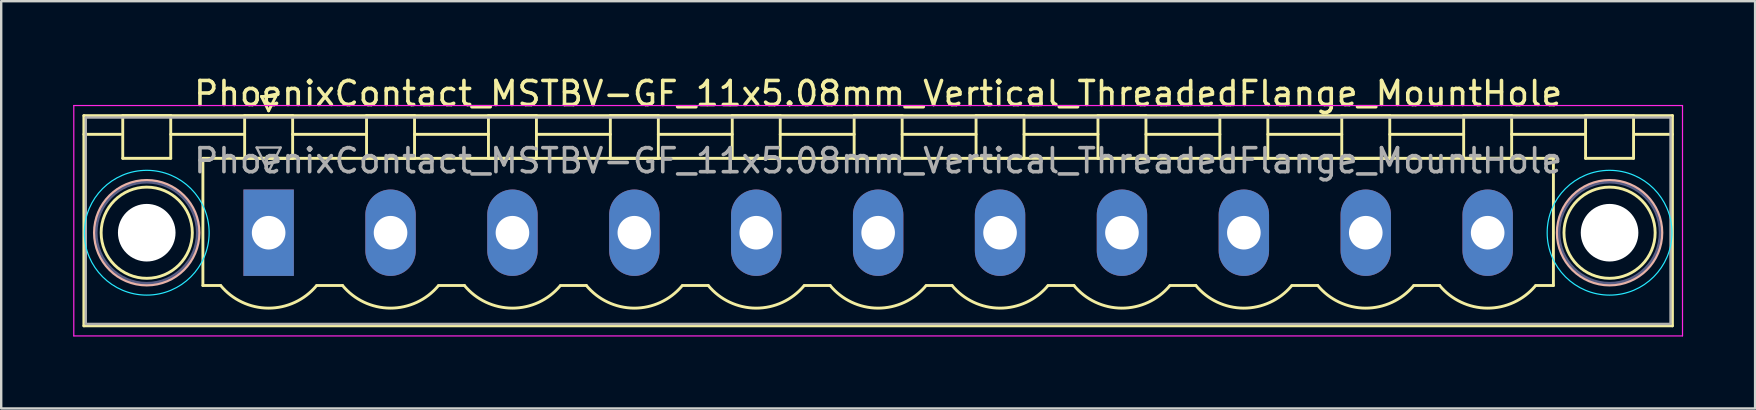
<source format=kicad_pcb>
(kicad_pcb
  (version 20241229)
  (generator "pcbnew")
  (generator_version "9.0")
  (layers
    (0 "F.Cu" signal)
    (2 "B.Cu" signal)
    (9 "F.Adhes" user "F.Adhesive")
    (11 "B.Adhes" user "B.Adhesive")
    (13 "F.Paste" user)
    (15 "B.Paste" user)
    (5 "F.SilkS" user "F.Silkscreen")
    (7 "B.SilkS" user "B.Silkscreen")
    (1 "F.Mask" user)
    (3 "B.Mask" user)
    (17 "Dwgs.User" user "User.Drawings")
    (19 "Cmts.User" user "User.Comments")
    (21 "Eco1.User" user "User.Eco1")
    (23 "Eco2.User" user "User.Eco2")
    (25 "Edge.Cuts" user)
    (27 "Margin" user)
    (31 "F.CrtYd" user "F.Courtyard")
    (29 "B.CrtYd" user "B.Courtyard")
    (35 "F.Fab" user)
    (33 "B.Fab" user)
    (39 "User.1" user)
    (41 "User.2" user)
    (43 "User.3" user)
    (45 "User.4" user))
  (footprint "PhoenixContact_MSTBV-GF_11x5.08mm_Vertical_ThreadedFlange_MountHole"
    (layer "F.Cu")
    (at 8.145 6.648)
    (property "Reference" "PhoenixContact_MSTBV-GF_11x5.08mm_Vertical_ThreadedFlange_MountHole" (at 25.4 -5.8 0) (layer "F.SilkS") (effects (font (size 1 1) (thickness 0.15))))
    (attr through_hole)
    (fp_line (start -7.7 -4.88) (end -7.7 3.88) (stroke (width 0.12) (type solid)) (layer "F.SilkS"))
    (fp_line (start -7.7 -4.1) (end -6.16 -4.1) (stroke (width 0.12) (type solid)) (layer "F.SilkS"))
    (fp_line (start -7.7 3.88) (end 58.5 3.88) (stroke (width 0.12) (type solid)) (layer "F.SilkS"))
    (fp_line (start -6.08 -4.88) (end -4.08 -4.88) (stroke (width 0.12) (type solid)) (layer "F.SilkS"))
    (fp_line (start -6.08 -3.1) (end -6.08 -4.88) (stroke (width 0.12) (type solid)) (layer "F.SilkS"))
    (fp_line (start -4.08 -4.88) (end -4.08 -3.1) (stroke (width 0.12) (type solid)) (layer "F.SilkS"))
    (fp_line (start -4.08 -4.1) (end -1 -4.1) (stroke (width 0.12) (type solid)) (layer "F.SilkS"))
    (fp_line (start -4.08 -3.1) (end -6.08 -3.1) (stroke (width 0.12) (type solid)) (layer "F.SilkS"))
    (fp_line (start -2.74 -3.1) (end 53.54 -3.1) (stroke (width 0.12) (type solid)) (layer "F.SilkS"))
    (fp_line (start -2.74 2.2) (end -2.74 -3.1) (stroke (width 0.12) (type solid)) (layer "F.SilkS"))
    (fp_line (start -2 2.2) (end -2.74 2.2) (stroke (width 0.12) (type solid)) (layer "F.SilkS"))
    (fp_line (start -1 -4.88) (end 1 -4.88) (stroke (width 0.12) (type solid)) (layer "F.SilkS"))
    (fp_line (start -1 -3.1) (end -1 -4.88) (stroke (width 0.12) (type solid)) (layer "F.SilkS"))
    (fp_line (start -0.3 -5.68) (end 0.3 -5.68) (stroke (width 0.12) (type solid)) (layer "F.SilkS"))
    (fp_line (start 0 -5.08) (end -0.3 -5.68) (stroke (width 0.12) (type solid)) (layer "F.SilkS"))
    (fp_line (start 0.3 -5.68) (end 0 -5.08) (stroke (width 0.12) (type solid)) (layer "F.SilkS"))
    (fp_line (start 1 -4.88) (end 1 -3.1) (stroke (width 0.12) (type solid)) (layer "F.SilkS"))
    (fp_line (start 1 -4.1) (end 4.08 -4.1) (stroke (width 0.12) (type solid)) (layer "F.SilkS"))
    (fp_line (start 1 -3.1) (end -1 -3.1) (stroke (width 0.12) (type solid)) (layer "F.SilkS"))
    (fp_line (start 2 2.2) (end 3.08 2.2) (stroke (width 0.12) (type solid)) (layer "F.SilkS"))
    (fp_line (start 4.08 -4.88) (end 6.08 -4.88) (stroke (width 0.12) (type solid)) (layer "F.SilkS"))
    (fp_line (start 4.08 -3.1) (end 4.08 -4.88) (stroke (width 0.12) (type solid)) (layer "F.SilkS"))
    (fp_line (start 6.08 -4.88) (end 6.08 -3.1) (stroke (width 0.12) (type solid)) (layer "F.SilkS"))
    (fp_line (start 6.08 -4.1) (end 9.16 -4.1) (stroke (width 0.12) (type solid)) (layer "F.SilkS"))
    (fp_line (start 6.08 -3.1) (end 4.08 -3.1) (stroke (width 0.12) (type solid)) (layer "F.SilkS"))
    (fp_line (start 7.08 2.2) (end 8.16 2.2) (stroke (width 0.12) (type solid)) (layer "F.SilkS"))
    (fp_line (start 9.16 -4.88) (end 11.16 -4.88) (stroke (width 0.12) (type solid)) (layer "F.SilkS"))
    (fp_line (start 9.16 -3.1) (end 9.16 -4.88) (stroke (width 0.12) (type solid)) (layer "F.SilkS"))
    (fp_line (start 11.16 -4.88) (end 11.16 -3.1) (stroke (width 0.12) (type solid)) (layer "F.SilkS"))
    (fp_line (start 11.16 -4.1) (end 14.24 -4.1) (stroke (width 0.12) (type solid)) (layer "F.SilkS"))
    (fp_line (start 11.16 -3.1) (end 9.16 -3.1) (stroke (width 0.12) (type solid)) (layer "F.SilkS"))
    (fp_line (start 12.16 2.2) (end 13.24 2.2) (stroke (width 0.12) (type solid)) (layer "F.SilkS"))
    (fp_line (start 14.24 -4.88) (end 16.24 -4.88) (stroke (width 0.12) (type solid)) (layer "F.SilkS"))
    (fp_line (start 14.24 -3.1) (end 14.24 -4.88) (stroke (width 0.12) (type solid)) (layer "F.SilkS"))
    (fp_line (start 16.24 -4.88) (end 16.24 -3.1) (stroke (width 0.12) (type solid)) (layer "F.SilkS"))
    (fp_line (start 16.24 -4.1) (end 19.32 -4.1) (stroke (width 0.12) (type solid)) (layer "F.SilkS"))
    (fp_line (start 16.24 -3.1) (end 14.24 -3.1) (stroke (width 0.12) (type solid)) (layer "F.SilkS"))
    (fp_line (start 17.24 2.2) (end 18.32 2.2) (stroke (width 0.12) (type solid)) (layer "F.SilkS"))
    (fp_line (start 19.32 -4.88) (end 21.32 -4.88) (stroke (width 0.12) (type solid)) (layer "F.SilkS"))
    (fp_line (start 19.32 -3.1) (end 19.32 -4.88) (stroke (width 0.12) (type solid)) (layer "F.SilkS"))
    (fp_line (start 21.32 -4.88) (end 21.32 -3.1) (stroke (width 0.12) (type solid)) (layer "F.SilkS"))
    (fp_line (start 21.32 -4.1) (end 24.4 -4.1) (stroke (width 0.12) (type solid)) (layer "F.SilkS"))
    (fp_line (start 21.32 -3.1) (end 19.32 -3.1) (stroke (width 0.12) (type solid)) (layer "F.SilkS"))
    (fp_line (start 22.32 2.2) (end 23.4 2.2) (stroke (width 0.12) (type solid)) (layer "F.SilkS"))
    (fp_line (start 24.4 -4.88) (end 26.4 -4.88) (stroke (width 0.12) (type solid)) (layer "F.SilkS"))
    (fp_line (start 24.4 -3.1) (end 24.4 -4.88) (stroke (width 0.12) (type solid)) (layer "F.SilkS"))
    (fp_line (start 26.4 -4.88) (end 26.4 -3.1) (stroke (width 0.12) (type solid)) (layer "F.SilkS"))
    (fp_line (start 26.4 -4.1) (end 29.48 -4.1) (stroke (width 0.12) (type solid)) (layer "F.SilkS"))
    (fp_line (start 26.4 -3.1) (end 24.4 -3.1) (stroke (width 0.12) (type solid)) (layer "F.SilkS"))
    (fp_line (start 27.4 2.2) (end 28.48 2.2) (stroke (width 0.12) (type solid)) (layer "F.SilkS"))
    (fp_line (start 29.48 -4.88) (end 31.48 -4.88) (stroke (width 0.12) (type solid)) (layer "F.SilkS"))
    (fp_line (start 29.48 -3.1) (end 29.48 -4.88) (stroke (width 0.12) (type solid)) (layer "F.SilkS"))
    (fp_line (start 31.48 -4.88) (end 31.48 -3.1) (stroke (width 0.12) (type solid)) (layer "F.SilkS"))
    (fp_line (start 31.48 -4.1) (end 34.56 -4.1) (stroke (width 0.12) (type solid)) (layer "F.SilkS"))
    (fp_line (start 31.48 -3.1) (end 29.48 -3.1) (stroke (width 0.12) (type solid)) (layer "F.SilkS"))
    (fp_line (start 32.48 2.2) (end 33.56 2.2) (stroke (width 0.12) (type solid)) (layer "F.SilkS"))
    (fp_line (start 34.56 -4.88) (end 36.56 -4.88) (stroke (width 0.12) (type solid)) (layer "F.SilkS"))
    (fp_line (start 34.56 -3.1) (end 34.56 -4.88) (stroke (width 0.12) (type solid)) (layer "F.SilkS"))
    (fp_line (start 36.56 -4.88) (end 36.56 -3.1) (stroke (width 0.12) (type solid)) (layer "F.SilkS"))
    (fp_line (start 36.56 -4.1) (end 39.64 -4.1) (stroke (width 0.12) (type solid)) (layer "F.SilkS"))
    (fp_line (start 36.56 -3.1) (end 34.56 -3.1) (stroke (width 0.12) (type solid)) (layer "F.SilkS"))
    (fp_line (start 37.56 2.2) (end 38.64 2.2) (stroke (width 0.12) (type solid)) (layer "F.SilkS"))
    (fp_line (start 39.64 -4.88) (end 41.64 -4.88) (stroke (width 0.12) (type solid)) (layer "F.SilkS"))
    (fp_line (start 39.64 -3.1) (end 39.64 -4.88) (stroke (width 0.12) (type solid)) (layer "F.SilkS"))
    (fp_line (start 41.64 -4.88) (end 41.64 -3.1) (stroke (width 0.12) (type solid)) (layer "F.SilkS"))
    (fp_line (start 41.64 -4.1) (end 44.72 -4.1) (stroke (width 0.12) (type solid)) (layer "F.SilkS"))
    (fp_line (start 41.64 -3.1) (end 39.64 -3.1) (stroke (width 0.12) (type solid)) (layer "F.SilkS"))
    (fp_line (start 42.64 2.2) (end 43.72 2.2) (stroke (width 0.12) (type solid)) (layer "F.SilkS"))
    (fp_line (start 44.72 -4.88) (end 46.72 -4.88) (stroke (width 0.12) (type solid)) (layer "F.SilkS"))
    (fp_line (start 44.72 -3.1) (end 44.72 -4.88) (stroke (width 0.12) (type solid)) (layer "F.SilkS"))
    (fp_line (start 46.72 -4.88) (end 46.72 -3.1) (stroke (width 0.12) (type solid)) (layer "F.SilkS"))
    (fp_line (start 46.72 -4.1) (end 49.8 -4.1) (stroke (width 0.12) (type solid)) (layer "F.SilkS"))
    (fp_line (start 46.72 -3.1) (end 44.72 -3.1) (stroke (width 0.12) (type solid)) (layer "F.SilkS"))
    (fp_line (start 47.72 2.2) (end 48.8 2.2) (stroke (width 0.12) (type solid)) (layer "F.SilkS"))
    (fp_line (start 49.8 -4.88) (end 51.8 -4.88) (stroke (width 0.12) (type solid)) (layer "F.SilkS"))
    (fp_line (start 49.8 -3.1) (end 49.8 -4.88) (stroke (width 0.12) (type solid)) (layer "F.SilkS"))
    (fp_line (start 51.8 -4.88) (end 51.8 -3.1) (stroke (width 0.12) (type solid)) (layer "F.SilkS"))
    (fp_line (start 51.8 -4.1) (end 54.88 -4.1) (stroke (width 0.12) (type solid)) (layer "F.SilkS"))
    (fp_line (start 51.8 -3.1) (end 49.8 -3.1) (stroke (width 0.12) (type solid)) (layer "F.SilkS"))
    (fp_line (start 53.54 -3.1) (end 53.54 2.2) (stroke (width 0.12) (type solid)) (layer "F.SilkS"))
    (fp_line (start 53.54 2.2) (end 52.8 2.2) (stroke (width 0.12) (type solid)) (layer "F.SilkS"))
    (fp_line (start 54.88 -4.88) (end 56.88 -4.88) (stroke (width 0.12) (type solid)) (layer "F.SilkS"))
    (fp_line (start 54.88 -3.1) (end 54.88 -4.88) (stroke (width 0.12) (type solid)) (layer "F.SilkS"))
    (fp_line (start 56.88 -4.88) (end 56.88 -3.1) (stroke (width 0.12) (type solid)) (layer "F.SilkS"))
    (fp_line (start 56.88 -3.1) (end 54.88 -3.1) (stroke (width 0.12) (type solid)) (layer "F.SilkS"))
    (fp_line (start 58.5 -4.88) (end -7.7 -4.88) (stroke (width 0.12) (type solid)) (layer "F.SilkS"))
    (fp_line (start 58.5 -4.1) (end 56.96 -4.1) (stroke (width 0.12) (type solid)) (layer "F.SilkS"))
    (fp_line (start 58.5 3.88) (end 58.5 -4.88) (stroke (width 0.12) (type solid)) (layer "F.SilkS"))
    (fp_arc (start 1.986842 2.215821) (mid -0.010289 3.142758) (end -2 2.2) (stroke (width 0.12) (type solid)) (layer "F.SilkS"))
    (fp_arc (start 7.066842 2.215821) (mid 5.069711 3.142758) (end 3.08 2.2) (stroke (width 0.12) (type solid)) (layer "F.SilkS"))
    (fp_arc (start 12.146842 2.215821) (mid 10.149711 3.142758) (end 8.16 2.2) (stroke (width 0.12) (type solid)) (layer "F.SilkS"))
    (fp_arc (start 17.226842 2.215821) (mid 15.229711 3.142758) (end 13.24 2.2) (stroke (width 0.12) (type solid)) (layer "F.SilkS"))
    (fp_arc (start 22.306842 2.215821) (mid 20.309711 3.142758) (end 18.32 2.2) (stroke (width 0.12) (type solid)) (layer "F.SilkS"))
    (fp_arc (start 27.386842 2.215821) (mid 25.389711 3.142758) (end 23.4 2.2) (stroke (width 0.12) (type solid)) (layer "F.SilkS"))
    (fp_arc (start 32.466842 2.215821) (mid 30.469711 3.142758) (end 28.48 2.2) (stroke (width 0.12) (type solid)) (layer "F.SilkS"))
    (fp_arc (start 37.546842 2.215821) (mid 35.549711 3.142758) (end 33.56 2.2) (stroke (width 0.12) (type solid)) (layer "F.SilkS"))
    (fp_arc (start 42.626842 2.215821) (mid 40.629711 3.142758) (end 38.64 2.2) (stroke (width 0.12) (type solid)) (layer "F.SilkS"))
    (fp_arc (start 47.706842 2.215821) (mid 45.709711 3.142758) (end 43.72 2.2) (stroke (width 0.12) (type solid)) (layer "F.SilkS"))
    (fp_arc (start 52.786842 2.215821) (mid 50.789711 3.142758) (end 48.8 2.2) (stroke (width 0.12) (type solid)) (layer "F.SilkS"))
    (fp_circle (center -5.08 0) (end -3.18 0) (stroke (width 0.12) (type solid)) (fill no) (layer "F.SilkS"))
    (fp_circle (center 55.88 0) (end 57.78 0) (stroke (width 0.12) (type solid)) (fill no) (layer "F.SilkS"))
    (fp_circle (center -5.08 0) (end -2.9 0) (stroke (width 0.12) (type solid)) (fill no) (layer "B.SilkS"))
    (fp_circle (center 55.88 0) (end 58.06 0) (stroke (width 0.12) (type solid)) (fill no) (layer "B.SilkS"))
    (fp_circle (center -5.08 0) (end -2.48 0) (stroke (width 0.05) (type solid)) (fill no) (layer "B.CrtYd"))
    (fp_circle (center 55.88 0) (end 58.48 0) (stroke (width 0.05) (type solid)) (fill no) (layer "B.CrtYd"))
    (fp_line (start -8.12 -5.3) (end -8.12 4.3) (stroke (width 0.05) (type solid)) (layer "F.CrtYd"))
    (fp_line (start -8.12 4.3) (end 58.92 4.3) (stroke (width 0.05) (type solid)) (layer "F.CrtYd"))
    (fp_line (start 58.92 -5.3) (end -8.12 -5.3) (stroke (width 0.05) (type solid)) (layer "F.CrtYd"))
    (fp_line (start 58.92 4.3) (end 58.92 -5.3) (stroke (width 0.05) (type solid)) (layer "F.CrtYd"))
    (fp_circle (center -5.08 0) (end -2.98 0) (stroke (width 0.1) (type solid)) (fill no) (layer "B.Fab"))
    (fp_circle (center 55.88 0) (end 57.98 0) (stroke (width 0.1) (type solid)) (fill no) (layer "B.Fab"))
    (fp_line (start -7.62 -4.8) (end -7.62 3.8) (stroke (width 0.1) (type solid)) (layer "F.Fab"))
    (fp_line (start -7.62 3.8) (end 58.42 3.8) (stroke (width 0.1) (type solid)) (layer "F.Fab"))
    (fp_line (start -0.5 -3.55) (end 0.5 -3.55) (stroke (width 0.1) (type solid)) (layer "F.Fab"))
    (fp_line (start 0 -2.55) (end -0.5 -3.55) (stroke (width 0.1) (type solid)) (layer "F.Fab"))
    (fp_line (start 0.5 -3.55) (end 0 -2.55) (stroke (width 0.1) (type solid)) (layer "F.Fab"))
    (fp_line (start 58.42 -4.8) (end -7.62 -4.8) (stroke (width 0.1) (type solid)) (layer "F.Fab"))
    (fp_line (start 58.42 3.8) (end 58.42 -4.8) (stroke (width 0.1) (type solid)) (layer "F.Fab"))
    (fp_text user "${REFERENCE}" (at 25.4 -3 0) (layer "F.Fab") (effects (font (size 1 1) (thickness 0.15))))
    (pad "" np_thru_hole circle (at -5.08 0) (size 2.4 2.4) (drill 2.4) (layers "*.Cu" "*.Mask"))
    (pad "" np_thru_hole circle (at 55.88 0) (size 2.4 2.4) (drill 2.4) (layers "*.Cu" "*.Mask"))
    (pad "1" thru_hole rect (at 0 0) (size 2.1 3.6) (drill 1.4) (layers "*.Cu" "*.Mask"))
    (pad "2" thru_hole oval (at 5.08 0) (size 2.1 3.6) (drill 1.4) (layers "*.Cu" "*.Mask"))
    (pad "3" thru_hole oval (at 10.16 0) (size 2.1 3.6) (drill 1.4) (layers "*.Cu" "*.Mask"))
    (pad "4" thru_hole oval (at 15.24 0) (size 2.1 3.6) (drill 1.4) (layers "*.Cu" "*.Mask"))
    (pad "5" thru_hole oval (at 20.32 0) (size 2.1 3.6) (drill 1.4) (layers "*.Cu" "*.Mask"))
    (pad "6" thru_hole oval (at 25.4 0) (size 2.1 3.6) (drill 1.4) (layers "*.Cu" "*.Mask"))
    (pad "7" thru_hole oval (at 30.48 0) (size 2.1 3.6) (drill 1.4) (layers "*.Cu" "*.Mask"))
    (pad "8" thru_hole oval (at 35.56 0) (size 2.1 3.6) (drill 1.4) (layers "*.Cu" "*.Mask"))
    (pad "9" thru_hole oval (at 40.64 0) (size 2.1 3.6) (drill 1.4) (layers "*.Cu" "*.Mask"))
    (pad "10" thru_hole oval (at 45.72 0) (size 2.1 3.6) (drill 1.4) (layers "*.Cu" "*.Mask"))
    (pad "11" thru_hole oval (at 50.8 0) (size 2.1 3.6) (drill 1.4) (layers "*.Cu" "*.Mask")))
  (gr_rect
    (start -3 -3)
    (end 70.09 13.973)
    (stroke (width 0.1) (type default))
    (fill no)
    (layer "Edge.Cuts")))
</source>
